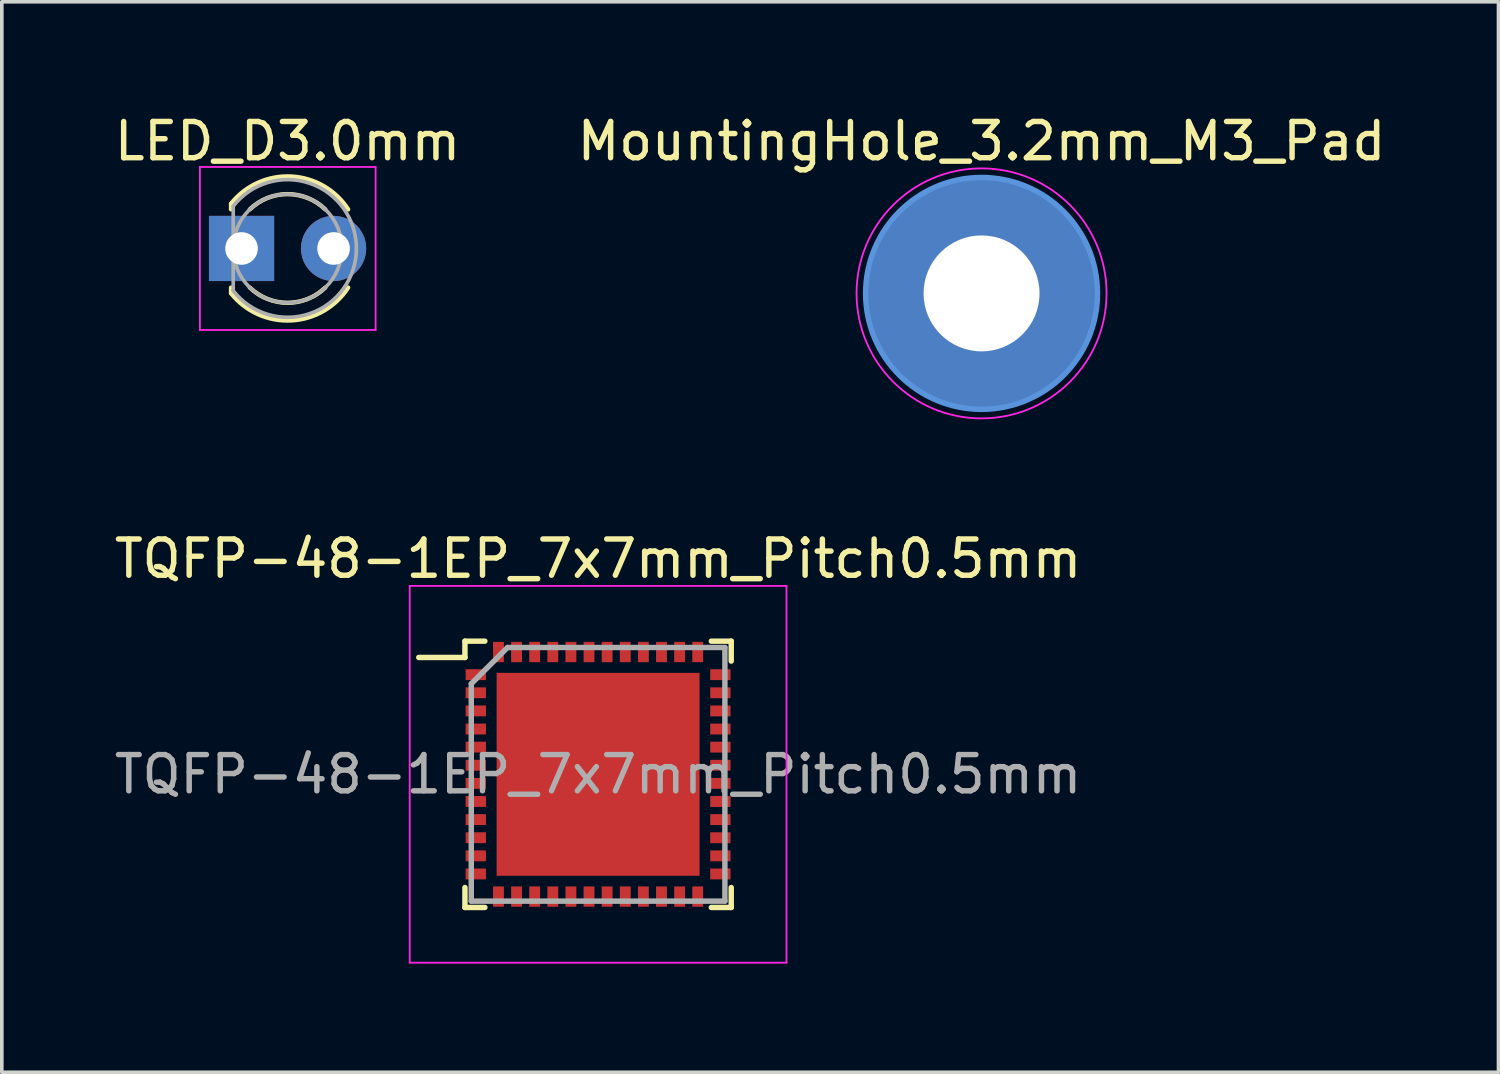
<source format=kicad_pcb>
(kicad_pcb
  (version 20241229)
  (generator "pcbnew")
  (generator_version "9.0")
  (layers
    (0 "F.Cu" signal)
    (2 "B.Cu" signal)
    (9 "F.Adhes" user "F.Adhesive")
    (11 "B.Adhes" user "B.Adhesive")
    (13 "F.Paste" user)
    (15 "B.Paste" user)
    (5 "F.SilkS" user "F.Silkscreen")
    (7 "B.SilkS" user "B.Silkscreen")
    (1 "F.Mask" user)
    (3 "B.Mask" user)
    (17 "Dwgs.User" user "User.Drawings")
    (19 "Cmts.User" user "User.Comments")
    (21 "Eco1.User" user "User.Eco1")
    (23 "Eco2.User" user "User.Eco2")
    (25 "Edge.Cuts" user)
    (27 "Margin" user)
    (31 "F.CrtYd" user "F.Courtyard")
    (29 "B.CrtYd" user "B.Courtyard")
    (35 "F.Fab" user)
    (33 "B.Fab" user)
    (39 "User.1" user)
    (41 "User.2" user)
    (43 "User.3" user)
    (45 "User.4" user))
  (footprint "MountingHole_3.2mm_M3_Pad"
    (layer "F.Cu")
    (at 24.042 5.048)
    (property "Reference" "MountingHole_3.2mm_M3_Pad" (at 0 -4.2 0) (layer "F.SilkS") (effects (font (size 1 1) (thickness 0.15))))
    (attr through_hole)
    (fp_circle (center 0 0) (end 3.2 0) (stroke (width 0.15) (type solid)) (fill no) (layer "Cmts.User"))
    (fp_circle (center 0 0) (end 3.45 0) (stroke (width 0.05) (type solid)) (fill no) (layer "F.CrtYd"))
    (pad "1" thru_hole circle (at 0 0) (size 6.4 6.4) (drill 3.2) (layers "*.Cu" "*.Mask")))
  (footprint "LED_D3.0mm"
    (layer "F.Cu")
    (at 3.617 3.808)
    (property "Reference" "LED_D3.0mm" (at 1.27 -2.96 0) (layer "F.SilkS") (effects (font (size 1 1) (thickness 0.15))))
    (attr through_hole)
    (fp_line (start -0.29 -1.236) (end -0.29 -1.08) (stroke (width 0.12) (type solid)) (layer "F.SilkS"))
    (fp_line (start -0.29 1.08) (end -0.29 1.236) (stroke (width 0.12) (type solid)) (layer "F.SilkS"))
    (fp_arc (start -0.29 -1.235516) (mid 1.366487 -1.987659) (end 2.942335 -1.078608) (stroke (width 0.12) (type solid)) (layer "F.SilkS"))
    (fp_arc (start 0.229039 -1.08) (mid 1.270117 -1.5) (end 2.31113 -1.079837) (stroke (width 0.12) (type solid)) (layer "F.SilkS"))
    (fp_arc (start 2.31113 1.079837) (mid 1.270117 1.5) (end 0.229039 1.08) (stroke (width 0.12) (type solid)) (layer "F.SilkS"))
    (fp_arc (start 2.942335 1.078608) (mid 1.366487 1.987659) (end -0.29 1.235516) (stroke (width 0.12) (type solid)) (layer "F.SilkS"))
    (fp_line (start -1.15 -2.25) (end -1.15 2.25) (stroke (width 0.05) (type solid)) (layer "F.CrtYd"))
    (fp_line (start -1.15 2.25) (end 3.7 2.25) (stroke (width 0.05) (type solid)) (layer "F.CrtYd"))
    (fp_line (start 3.7 -2.25) (end -1.15 -2.25) (stroke (width 0.05) (type solid)) (layer "F.CrtYd"))
    (fp_line (start 3.7 2.25) (end 3.7 -2.25) (stroke (width 0.05) (type solid)) (layer "F.CrtYd"))
    (fp_line (start -0.23 -1.166) (end -0.23 1.166) (stroke (width 0.1) (type solid)) (layer "F.Fab"))
    (fp_arc (start -0.23 -1.16619) (mid 3.17 0.000452) (end -0.230555 1.165476) (stroke (width 0.1) (type solid)) (layer "F.Fab"))
    (fp_circle (center 1.27 0) (end 2.77 0) (stroke (width 0.1) (type solid)) (fill no) (layer "F.Fab"))
    (pad "1" thru_hole rect (at 0 0) (size 1.8 1.8) (drill 0.9) (layers "*.Cu" "*.Mask"))
    (pad "2" thru_hole circle (at 2.54 0) (size 1.8 1.8) (drill 0.9) (layers "*.Cu" "*.Mask")))
  (footprint "TQFP-48-1EP_7x7mm_Pitch0.5mm"
    (layer "F.Cu")
    (at 13.458 18.322)
    (property "Reference" "TQFP-48-1EP_7x7mm_Pitch0.5mm" (at 0 -5.95 0) (layer "F.SilkS") (effects (font (size 1 1) (thickness 0.15))))
    (attr smd)
    (fp_line (start -3.675 -3.675) (end -3.675 -3.225) (stroke (width 0.15) (type solid)) (layer "F.SilkS"))
    (fp_line (start -3.675 -3.675) (end -3.125 -3.675) (stroke (width 0.15) (type solid)) (layer "F.SilkS"))
    (fp_line (start -3.675 -3.225) (end -4.95 -3.225) (stroke (width 0.15) (type solid)) (layer "F.SilkS"))
    (fp_line (start -3.675 3.675) (end -3.675 3.125) (stroke (width 0.15) (type solid)) (layer "F.SilkS"))
    (fp_line (start -3.675 3.675) (end -3.125 3.675) (stroke (width 0.15) (type solid)) (layer "F.SilkS"))
    (fp_line (start 3.675 -3.675) (end 3.125 -3.675) (stroke (width 0.15) (type solid)) (layer "F.SilkS"))
    (fp_line (start 3.675 -3.675) (end 3.675 -3.125) (stroke (width 0.15) (type solid)) (layer "F.SilkS"))
    (fp_line (start 3.675 3.675) (end 3.125 3.675) (stroke (width 0.15) (type solid)) (layer "F.SilkS"))
    (fp_line (start 3.675 3.675) (end 3.675 3.125) (stroke (width 0.15) (type solid)) (layer "F.SilkS"))
    (fp_line (start -5.2 -5.2) (end -5.2 5.2) (stroke (width 0.05) (type solid)) (layer "F.CrtYd"))
    (fp_line (start -5.2 -5.2) (end 5.2 -5.2) (stroke (width 0.05) (type solid)) (layer "F.CrtYd"))
    (fp_line (start -5.2 5.2) (end 5.2 5.2) (stroke (width 0.05) (type solid)) (layer "F.CrtYd"))
    (fp_line (start 5.2 -5.2) (end 5.2 5.2) (stroke (width 0.05) (type solid)) (layer "F.CrtYd"))
    (fp_line (start -3.5 -2.5) (end -2.5 -3.5) (stroke (width 0.15) (type solid)) (layer "F.Fab"))
    (fp_line (start -3.5 3.5) (end -3.5 -2.5) (stroke (width 0.15) (type solid)) (layer "F.Fab"))
    (fp_line (start -2.5 -3.5) (end 3.5 -3.5) (stroke (width 0.15) (type solid)) (layer "F.Fab"))
    (fp_line (start 3.5 -3.5) (end 3.5 3.5) (stroke (width 0.15) (type solid)) (layer "F.Fab"))
    (fp_line (start 3.5 3.5) (end -3.5 3.5) (stroke (width 0.15) (type solid)) (layer "F.Fab"))
    (fp_text user "${REFERENCE}" (at 0 0 0) (layer "F.Fab") (effects (font (size 1 1) (thickness 0.15))))
    (pad "1" smd rect (at -3.375 -2.75) (size 0.56 0.3) (layers "F.Cu" "F.Mask" "F.Paste"))
    (pad "2" smd rect (at -3.375 -2.25) (size 0.56 0.3) (layers "F.Cu" "F.Mask" "F.Paste"))
    (pad "3" smd rect (at -3.375 -1.75) (size 0.56 0.3) (layers "F.Cu" "F.Mask" "F.Paste"))
    (pad "4" smd rect (at -3.375 -1.25) (size 0.56 0.3) (layers "F.Cu" "F.Mask" "F.Paste"))
    (pad "5" smd rect (at -3.375 -0.75) (size 0.56 0.3) (layers "F.Cu" "F.Mask" "F.Paste"))
    (pad "6" smd rect (at -3.375 -0.25) (size 0.56 0.3) (layers "F.Cu" "F.Mask" "F.Paste"))
    (pad "7" smd rect (at -3.375 0.25) (size 0.56 0.3) (layers "F.Cu" "F.Mask" "F.Paste"))
    (pad "8" smd rect (at -3.375 0.75) (size 0.56 0.3) (layers "F.Cu" "F.Mask" "F.Paste"))
    (pad "9" smd rect (at -3.375 1.25) (size 0.56 0.3) (layers "F.Cu" "F.Mask" "F.Paste"))
    (pad "10" smd rect (at -3.375 1.75) (size 0.56 0.3) (layers "F.Cu" "F.Mask" "F.Paste"))
    (pad "11" smd rect (at -3.375 2.25) (size 0.56 0.3) (layers "F.Cu" "F.Mask" "F.Paste"))
    (pad "12" smd rect (at -3.375 2.75) (size 0.56 0.3) (layers "F.Cu" "F.Mask" "F.Paste"))
    (pad "13" smd rect (at -2.75 3.375 90) (size 0.56 0.3) (layers "F.Cu" "F.Mask" "F.Paste"))
    (pad "14" smd rect (at -2.25 3.375 90) (size 0.56 0.3) (layers "F.Cu" "F.Mask" "F.Paste"))
    (pad "15" smd rect (at -1.75 3.375 90) (size 0.56 0.3) (layers "F.Cu" "F.Mask" "F.Paste"))
    (pad "16" smd rect (at -1.25 3.375 90) (size 0.56 0.3) (layers "F.Cu" "F.Mask" "F.Paste"))
    (pad "17" smd rect (at -0.75 3.375 90) (size 0.56 0.3) (layers "F.Cu" "F.Mask" "F.Paste"))
    (pad "18" smd rect (at -0.25 3.375 90) (size 0.56 0.3) (layers "F.Cu" "F.Mask" "F.Paste"))
    (pad "19" smd rect (at 0.25 3.375 90) (size 0.56 0.3) (layers "F.Cu" "F.Mask" "F.Paste"))
    (pad "20" smd rect (at 0.75 3.375 90) (size 0.56 0.3) (layers "F.Cu" "F.Mask" "F.Paste"))
    (pad "21" smd rect (at 1.25 3.375 90) (size 0.56 0.3) (layers "F.Cu" "F.Mask" "F.Paste"))
    (pad "22" smd rect (at 1.75 3.375 90) (size 0.56 0.3) (layers "F.Cu" "F.Mask" "F.Paste"))
    (pad "23" smd rect (at 2.25 3.375 90) (size 0.56 0.3) (layers "F.Cu" "F.Mask" "F.Paste"))
    (pad "24" smd rect (at 2.75 3.375 90) (size 0.56 0.3) (layers "F.Cu" "F.Mask" "F.Paste"))
    (pad "25" smd rect (at 3.375 2.75) (size 0.56 0.3) (layers "F.Cu" "F.Mask" "F.Paste"))
    (pad "26" smd rect (at 3.375 2.25) (size 0.56 0.3) (layers "F.Cu" "F.Mask" "F.Paste"))
    (pad "27" smd rect (at 3.375 1.75) (size 0.56 0.3) (layers "F.Cu" "F.Mask" "F.Paste"))
    (pad "28" smd rect (at 3.375 1.25) (size 0.56 0.3) (layers "F.Cu" "F.Mask" "F.Paste"))
    (pad "29" smd rect (at 3.375 0.75) (size 0.56 0.3) (layers "F.Cu" "F.Mask" "F.Paste"))
    (pad "30" smd rect (at 3.375 0.25) (size 0.56 0.3) (layers "F.Cu" "F.Mask" "F.Paste"))
    (pad "31" smd rect (at 3.375 -0.25) (size 0.56 0.3) (layers "F.Cu" "F.Mask" "F.Paste"))
    (pad "32" smd rect (at 3.375 -0.75) (size 0.56 0.3) (layers "F.Cu" "F.Mask" "F.Paste"))
    (pad "33" smd rect (at 3.375 -1.25) (size 0.56 0.3) (layers "F.Cu" "F.Mask" "F.Paste"))
    (pad "34" smd rect (at 3.375 -1.75) (size 0.56 0.3) (layers "F.Cu" "F.Mask" "F.Paste"))
    (pad "35" smd rect (at 3.375 -2.25) (size 0.56 0.3) (layers "F.Cu" "F.Mask" "F.Paste"))
    (pad "36" smd rect (at 3.375 -2.75) (size 0.56 0.3) (layers "F.Cu" "F.Mask" "F.Paste"))
    (pad "37" smd rect (at 2.75 -3.375 90) (size 0.56 0.3) (layers "F.Cu" "F.Mask" "F.Paste"))
    (pad "38" smd rect (at 2.25 -3.375 90) (size 0.56 0.3) (layers "F.Cu" "F.Mask" "F.Paste"))
    (pad "39" smd rect (at 1.75 -3.375 90) (size 0.56 0.3) (layers "F.Cu" "F.Mask" "F.Paste"))
    (pad "40" smd rect (at 1.25 -3.375 90) (size 0.56 0.3) (layers "F.Cu" "F.Mask" "F.Paste"))
    (pad "41" smd rect (at 0.75 -3.375 90) (size 0.56 0.3) (layers "F.Cu" "F.Mask" "F.Paste"))
    (pad "42" smd rect (at 0.25 -3.375 90) (size 0.56 0.3) (layers "F.Cu" "F.Mask" "F.Paste"))
    (pad "43" smd rect (at -0.25 -3.375 90) (size 0.56 0.3) (layers "F.Cu" "F.Mask" "F.Paste"))
    (pad "44" smd rect (at -0.75 -3.375 90) (size 0.56 0.3) (layers "F.Cu" "F.Mask" "F.Paste"))
    (pad "45" smd rect (at -1.25 -3.375 90) (size 0.56 0.3) (layers "F.Cu" "F.Mask" "F.Paste"))
    (pad "46" smd rect (at -1.75 -3.375 90) (size 0.56 0.3) (layers "F.Cu" "F.Mask" "F.Paste"))
    (pad "47" smd rect (at -2.25 -3.375 90) (size 0.56 0.3) (layers "F.Cu" "F.Mask" "F.Paste"))
    (pad "48" smd rect (at -2.75 -3.375 90) (size 0.56 0.3) (layers "F.Cu" "F.Mask" "F.Paste"))
    (pad "49" smd rect (at 0 0) (size 5.6 5.6) (layers "F.Cu" "F.Mask" "F.Paste")))
  (gr_rect
    (start -3 -3)
    (end 38.31 26.547)
    (stroke (width 0.1) (type default))
    (fill no)
    (layer "Edge.Cuts")))
</source>
